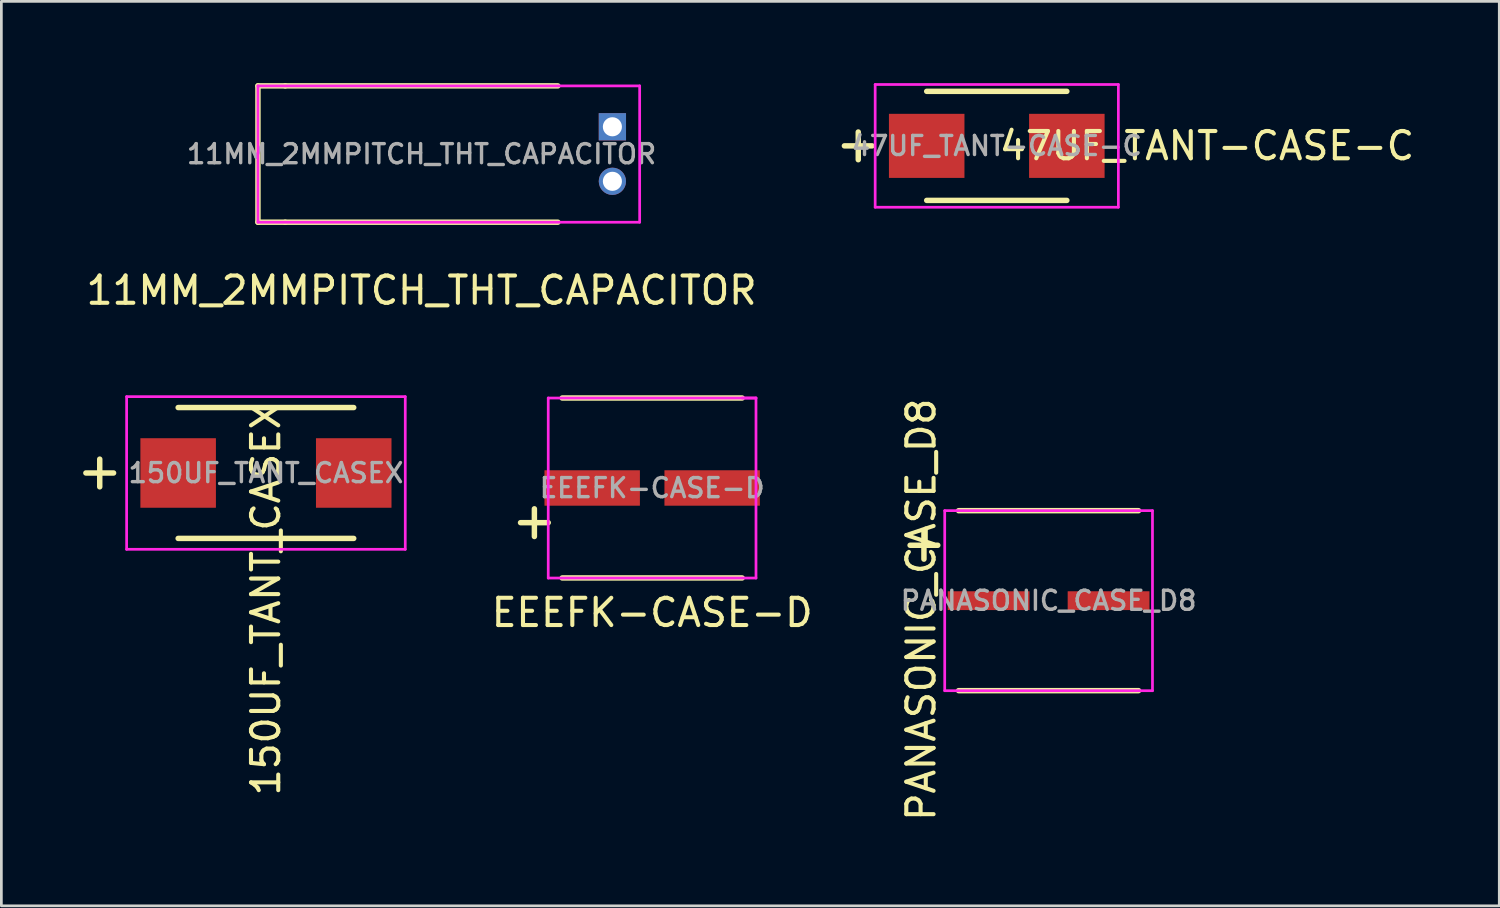
<source format=kicad_pcb>
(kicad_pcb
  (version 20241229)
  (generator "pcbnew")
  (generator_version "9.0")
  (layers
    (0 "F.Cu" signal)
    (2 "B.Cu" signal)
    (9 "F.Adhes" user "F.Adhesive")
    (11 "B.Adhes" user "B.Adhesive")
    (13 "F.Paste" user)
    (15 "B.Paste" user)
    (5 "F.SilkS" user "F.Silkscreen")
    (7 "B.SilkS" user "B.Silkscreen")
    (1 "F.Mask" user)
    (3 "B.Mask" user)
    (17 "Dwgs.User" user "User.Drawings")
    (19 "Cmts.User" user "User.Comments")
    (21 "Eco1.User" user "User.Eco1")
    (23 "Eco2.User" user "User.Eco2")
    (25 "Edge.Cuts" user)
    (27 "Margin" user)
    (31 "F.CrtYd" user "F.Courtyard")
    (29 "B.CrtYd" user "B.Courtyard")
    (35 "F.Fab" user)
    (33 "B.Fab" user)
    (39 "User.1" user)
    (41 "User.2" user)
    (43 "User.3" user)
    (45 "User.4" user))
  (footprint "EEEFK-CASE-D"
    (layer "F.Cu")
    (at 20.87 14.848)
    (property "Reference" "EEEFK-CASE-D" (at 0 4.572 0) (layer "F.SilkS") (effects (font (size 1 1) (thickness 0.15))))
    (attr through_hole)
    (fp_line (start -4.828 1.272) (end -3.812 1.272) (stroke (width 0.2) (type solid)) (layer "F.SilkS"))
    (fp_line (start -4.32 0.764) (end -4.32 1.78) (stroke (width 0.2) (type solid)) (layer "F.SilkS"))
    (fp_line (start 3.3 -3.3) (end -3.3 -3.3) (stroke (width 0.2) (type solid)) (layer "F.SilkS"))
    (fp_line (start 3.3 3.3) (end -3.3 3.3) (stroke (width 0.2) (type solid)) (layer "F.SilkS"))
    (fp_line (start -3.812 -3.3) (end 3.808 -3.3) (stroke (width 0.1) (type solid)) (layer "F.CrtYd"))
    (fp_line (start -3.812 3.304) (end -3.812 -3.3) (stroke (width 0.1) (type solid)) (layer "F.CrtYd"))
    (fp_line (start 3.3 -3.3) (end 3.808 -3.3) (stroke (width 0.1) (type solid)) (layer "F.CrtYd"))
    (fp_line (start 3.808 -3.3) (end 3.808 3.304) (stroke (width 0.1) (type solid)) (layer "F.CrtYd"))
    (fp_line (start 3.808 3.304) (end -3.812 3.304) (stroke (width 0.1) (type solid)) (layer "F.CrtYd"))
    (fp_text user "${REFERENCE}" (at 0 0 0) (layer "F.Fab") (effects (font (size 0.7 0.7) (thickness 0.125))))
    (pad "1" smd rect (at -2.2 0) (size 3.5 1.3) (layers "F.Cu" "F.Mask" "F.Paste"))
    (pad "2" smd rect (at 2.2 0) (size 3.5 1.3) (layers "F.Cu" "F.Mask" "F.Paste")))
  (footprint "11MM_2MMPITCH_THT_CAPACITOR"
    (layer "F.Cu")
    (at 19.411 2.6)
    (property "Reference" "11MM_2MMPITCH_THT_CAPACITOR" (at -7 5 0) (layer "F.SilkS") (effects (font (size 1 1) (thickness 0.15))))
    (attr through_hole)
    (fp_line (start -13 -2.5) (end -13 2.5) (stroke (width 0.2) (type solid)) (layer "F.SilkS"))
    (fp_line (start -13 2.5) (end -12 2.5) (stroke (width 0.2) (type solid)) (layer "F.SilkS"))
    (fp_line (start -12 -2.5) (end -13 -2.5) (stroke (width 0.2) (type solid)) (layer "F.SilkS"))
    (fp_line (start -2 -2.5) (end -12 -2.5) (stroke (width 0.2) (type solid)) (layer "F.SilkS"))
    (fp_line (start -2 2.5) (end -12 2.5) (stroke (width 0.2) (type solid)) (layer "F.SilkS"))
    (fp_line (start -13 -2.5) (end 1 -2.5) (stroke (width 0.1) (type solid)) (layer "F.CrtYd"))
    (fp_line (start -13 2.5) (end -13 -2.5) (stroke (width 0.1) (type solid)) (layer "F.CrtYd"))
    (fp_line (start 1 -2.5) (end 1 2.5) (stroke (width 0.1) (type solid)) (layer "F.CrtYd"))
    (fp_line (start 1 2.5) (end -13 2.5) (stroke (width 0.1) (type solid)) (layer "F.CrtYd"))
    (fp_text user "${REFERENCE}" (at -7 0 0) (layer "F.Fab") (effects (font (size 0.7 0.7) (thickness 0.125))))
    (pad "1" thru_hole rect (at 0 -1) (size 1 1) (drill 0.7) (layers "*.Cu" "*.Mask"))
    (pad "2" thru_hole circle (at 0 1) (size 1 1) (drill 0.7) (layers "*.Cu" "*.Mask")))
  (footprint "47UF_TANT-CASE-C"
    (layer "F.Cu")
    (at 33.509 2.3)
    (property "Reference" "47UF_TANT-CASE-C" (at 7.71 0 0) (layer "F.SilkS") (effects (font (size 1 1) (thickness 0.15))))
    (attr through_hole)
    (fp_line (start -5.588 0) (end -4.572 0) (stroke (width 0.2) (type solid)) (layer "F.SilkS"))
    (fp_line (start -5.08 -0.508) (end -5.08 0.508) (stroke (width 0.2) (type solid)) (layer "F.SilkS"))
    (fp_line (start -2.57 2) (end 2.57 2) (stroke (width 0.2) (type solid)) (layer "F.SilkS"))
    (fp_line (start 2.57 -2) (end -2.57 -2) (stroke (width 0.2) (type solid)) (layer "F.SilkS"))
    (fp_line (start -4.46 -2.25) (end -4.46 2.25) (stroke (width 0.1) (type solid)) (layer "F.CrtYd"))
    (fp_line (start -4.46 2.25) (end 4.46 2.25) (stroke (width 0.1) (type solid)) (layer "F.CrtYd"))
    (fp_line (start 4.46 -2.25) (end -4.46 -2.25) (stroke (width 0.1) (type solid)) (layer "F.CrtYd"))
    (fp_line (start 4.46 2.25) (end 4.46 -2.25) (stroke (width 0.1) (type solid)) (layer "F.CrtYd"))
    (fp_text user "${REFERENCE}" (at 0 0 0) (layer "F.Fab") (effects (font (size 0.7 0.7) (thickness 0.125))))
    (pad "1" smd rect (at -2.57 0) (size 2.77 2.35) (layers "F.Cu" "F.Mask" "F.Paste"))
    (pad "2" smd rect (at 2.57 0) (size 2.77 2.35) (layers "F.Cu" "F.Mask" "F.Paste")))
  (footprint "PANASONIC_CASE_D8"
    (layer "F.Cu")
    (at 35.41 18.981)
    (property "Reference" "PANASONIC_CASE_D8" (at -4.674 0.33 90) (layer "F.SilkS") (effects (font (size 1 1) (thickness 0.15))))
    (attr through_hole)
    (fp_line (start -5.08 -2.032) (end -4.064 -2.032) (stroke (width 0.2) (type solid)) (layer "F.SilkS"))
    (fp_line (start -4.572 -2.54) (end -4.572 -1.524) (stroke (width 0.2) (type solid)) (layer "F.SilkS"))
    (fp_line (start -3.3 -3.3) (end 3.3 -3.3) (stroke (width 0.2) (type solid)) (layer "F.SilkS"))
    (fp_line (start -3.3 3.3) (end 3.3 3.3) (stroke (width 0.2) (type solid)) (layer "F.SilkS"))
    (fp_line (start -3.81 -3.302) (end 3.81 -3.302) (stroke (width 0.1) (type solid)) (layer "F.CrtYd"))
    (fp_line (start -3.81 3.302) (end -3.81 -3.302) (stroke (width 0.1) (type solid)) (layer "F.CrtYd"))
    (fp_line (start 3.81 -3.302) (end 3.81 3.302) (stroke (width 0.1) (type solid)) (layer "F.CrtYd"))
    (fp_line (start 3.81 3.302) (end -3.81 3.302) (stroke (width 0.1) (type solid)) (layer "F.CrtYd"))
    (fp_text user "${REFERENCE}" (at 0 0 0) (layer "F.Fab") (effects (font (size 0.7 0.7) (thickness 0.125))))
    (pad "1" smd rect (at -2.2 0) (size 3 0.69) (layers "F.Cu" "F.Mask" "F.Paste"))
    (pad "2" smd rect (at 2.2 0) (size 3 0.69) (layers "F.Cu" "F.Mask" "F.Paste")))
  (footprint "150UF_TANT_CASEX"
    (layer "F.Cu")
    (at 6.704 14.298)
    (property "Reference" "150UF_TANT_CASEX" (at -0.003 4.633 90) (layer "F.SilkS") (effects (font (size 1 1) (thickness 0.15))))
    (attr through_hole)
    (fp_line (start -6.604 0) (end -5.588 0) (stroke (width 0.2) (type solid)) (layer "F.SilkS"))
    (fp_line (start -6.096 -0.508) (end -6.096 0.508) (stroke (width 0.2) (type solid)) (layer "F.SilkS"))
    (fp_line (start -3.22 2.4) (end 3.22 2.4) (stroke (width 0.2) (type solid)) (layer "F.SilkS"))
    (fp_line (start 3.22 -2.4) (end -3.22 -2.4) (stroke (width 0.2) (type solid)) (layer "F.SilkS"))
    (fp_line (start -5.11 -2.8) (end -5.11 2.8) (stroke (width 0.1) (type solid)) (layer "F.CrtYd"))
    (fp_line (start -5.11 2.8) (end 5.11 2.8) (stroke (width 0.1) (type solid)) (layer "F.CrtYd"))
    (fp_line (start 5.11 -2.8) (end -5.11 -2.8) (stroke (width 0.1) (type solid)) (layer "F.CrtYd"))
    (fp_line (start 5.11 2.8) (end 5.11 -2.8) (stroke (width 0.1) (type solid)) (layer "F.CrtYd"))
    (fp_text user "${REFERENCE}" (at 0 0 0) (layer "F.Fab") (effects (font (size 0.7 0.7) (thickness 0.125))))
    (pad "1" smd rect (at -3.22 0) (size 2.77 2.55) (layers "F.Cu" "F.Mask" "F.Paste"))
    (pad "2" smd rect (at 3.22 0) (size 2.77 2.55) (layers "F.Cu" "F.Mask" "F.Paste")))
  (gr_rect
    (start -3 -3)
    (end 51.94 30.174)
    (stroke (width 0.1) (type default))
    (fill no)
    (layer "Edge.Cuts")))
</source>
